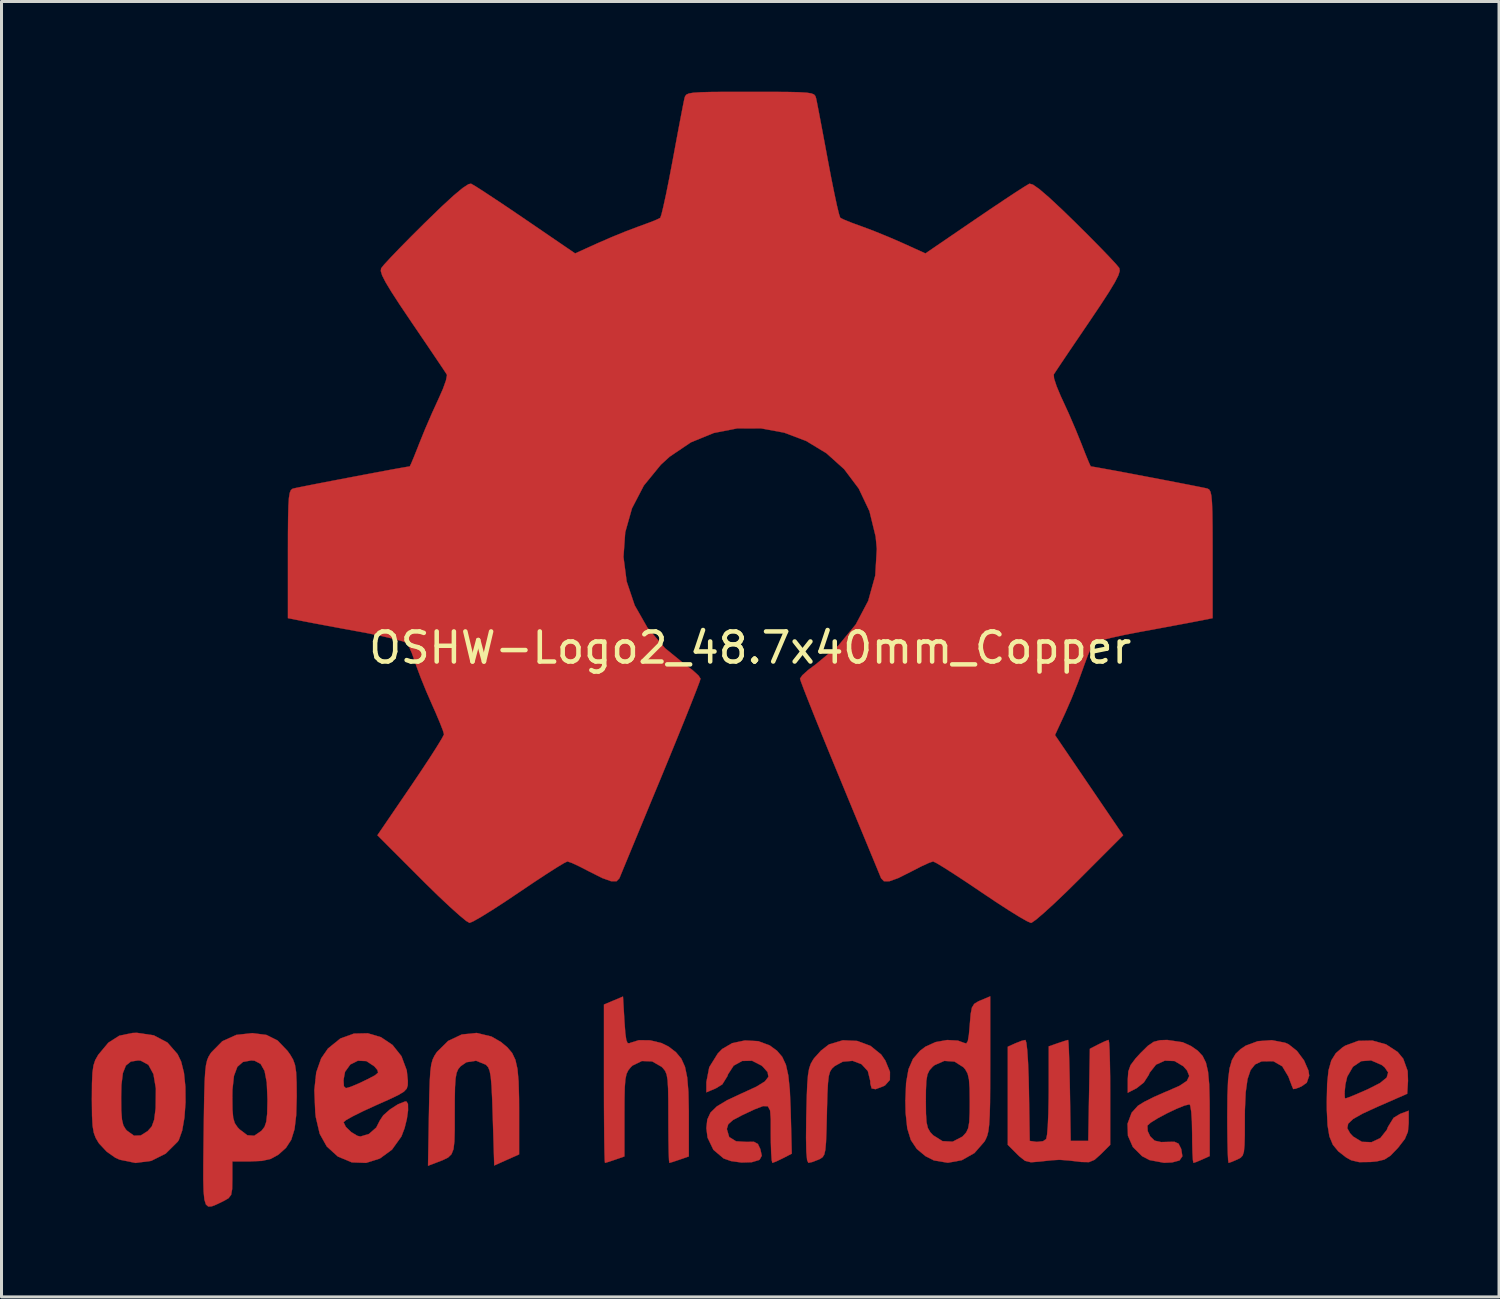
<source format=kicad_pcb>
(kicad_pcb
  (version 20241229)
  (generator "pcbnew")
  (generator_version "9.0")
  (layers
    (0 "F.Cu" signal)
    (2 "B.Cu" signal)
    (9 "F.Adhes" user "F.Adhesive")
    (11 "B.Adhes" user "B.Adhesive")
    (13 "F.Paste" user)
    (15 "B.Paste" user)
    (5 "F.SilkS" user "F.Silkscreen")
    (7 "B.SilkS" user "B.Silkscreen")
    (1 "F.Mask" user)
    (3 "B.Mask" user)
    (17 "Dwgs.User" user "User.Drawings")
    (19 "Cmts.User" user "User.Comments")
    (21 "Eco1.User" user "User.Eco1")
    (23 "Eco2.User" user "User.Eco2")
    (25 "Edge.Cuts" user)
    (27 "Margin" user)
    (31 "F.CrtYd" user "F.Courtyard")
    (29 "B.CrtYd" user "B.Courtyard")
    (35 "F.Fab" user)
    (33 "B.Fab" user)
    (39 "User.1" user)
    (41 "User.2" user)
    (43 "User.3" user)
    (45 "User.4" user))
  (footprint "OSHW-Logo2_48.7x40mm_Copper"
    (layer "F.Cu")
    (at 21.902 18.495)
    (property "Reference" "OSHW-Logo2_48.7x40mm_Copper" (at 0 0 0) (layer "F.SilkS") (effects (font (size 1 1) (thickness 0.15))))
    (attr exclude_from_pos_files exclude_from_bom)
    (fp_poly (pts (xy 17.786 13.133) (xy 17.902 13.184) (xy 18.18 13.404) (xy 18.417 13.722) (xy 18.564 14.061) (xy 18.588 14.229) (xy 18.508 14.462) (xy 18.332 14.586) (xy 18.143 14.661) (xy 18.057 14.674) (xy 18.015 14.574) (xy 17.932 14.357) (xy 17.896 14.258) (xy 17.692 13.918) (xy 17.396 13.748) (xy 17.017 13.753) (xy 16.989 13.76) (xy 16.787 13.856) (xy 16.638 14.043) (xy 16.537 14.344) (xy 16.476 14.782) (xy 16.449 15.38) (xy 16.447 15.698) (xy 16.446 16.2) (xy 16.437 16.542) (xy 16.416 16.759) (xy 16.374 16.886) (xy 16.306 16.959) (xy 16.205 17.012) (xy 16.199 17.015) (xy 16.004 17.098) (xy 15.907 17.128) (xy 15.892 17.036) (xy 15.879 16.782) (xy 15.87 16.398) (xy 15.864 15.918) (xy 15.863 15.566) (xy 15.869 14.885) (xy 15.891 14.369) (xy 15.939 13.987) (xy 16.019 13.709) (xy 16.139 13.504) (xy 16.309 13.343) (xy 16.476 13.231) (xy 16.878 13.082) (xy 17.345 13.048) (xy 17.786 13.133)) (stroke (width 0.01) (type solid)) (fill yes) (layer "F.Cu"))
    (fp_poly (pts (xy -8.609 12.926) (xy -8.296 13.106) (xy -8.079 13.286) (xy -7.92 13.474) (xy -7.811 13.703) (xy -7.742 14.008) (xy -7.705 14.422) (xy -7.69 14.977) (xy -7.688 15.376) (xy -7.688 16.846) (xy -8.102 17.031) (xy -8.515 17.216) (xy -8.564 15.607) (xy -8.584 15.006) (xy -8.605 14.57) (xy -8.631 14.268) (xy -8.667 14.072) (xy -8.715 13.951) (xy -8.781 13.876) (xy -8.802 13.86) (xy -9.12 13.732) (xy -9.443 13.783) (xy -9.634 13.916) (xy -9.713 14.011) (xy -9.767 14.136) (xy -9.801 14.324) (xy -9.82 14.611) (xy -9.828 15.032) (xy -9.829 15.47) (xy -9.829 16.02) (xy -9.839 16.409) (xy -9.87 16.672) (xy -9.937 16.841) (xy -10.051 16.952) (xy -10.227 17.038) (xy -10.461 17.128) (xy -10.717 17.225) (xy -10.687 15.498) (xy -10.675 14.875) (xy -10.66 14.415) (xy -10.64 14.085) (xy -10.609 13.854) (xy -10.563 13.689) (xy -10.499 13.558) (xy -10.422 13.442) (xy -10.049 13.073) (xy -9.595 12.859) (xy -9.101 12.808) (xy -8.609 12.926)) (stroke (width 0.01) (type solid)) (fill yes) (layer "F.Cu"))
    (fp_poly (pts (xy 3.553 13.073) (xy 3.995 13.236) (xy 4.353 13.525) (xy 4.493 13.728) (xy 4.646 14.101) (xy 4.643 14.37) (xy 4.483 14.551) (xy 4.423 14.582) (xy 4.167 14.678) (xy 4.037 14.654) (xy 3.992 14.492) (xy 3.99 14.403) (xy 3.909 14.075) (xy 3.698 13.846) (xy 3.404 13.735) (xy 3.076 13.763) (xy 2.809 13.908) (xy 2.719 13.99) (xy 2.655 14.09) (xy 2.611 14.242) (xy 2.584 14.478) (xy 2.565 14.833) (xy 2.551 15.34) (xy 2.548 15.501) (xy 2.534 16.05) (xy 2.519 16.437) (xy 2.497 16.693) (xy 2.461 16.85) (xy 2.406 16.939) (xy 2.326 16.994) (xy 2.275 17.018) (xy 2.059 17.101) (xy 1.932 17.128) (xy 1.89 17.037) (xy 1.864 16.762) (xy 1.855 16.3) (xy 1.861 15.647) (xy 1.863 15.547) (xy 1.878 14.951) (xy 1.895 14.516) (xy 1.92 14.208) (xy 1.957 13.993) (xy 2.01 13.836) (xy 2.085 13.704) (xy 2.124 13.647) (xy 2.349 13.397) (xy 2.6 13.202) (xy 2.63 13.185) (xy 3.08 13.051) (xy 3.553 13.073)) (stroke (width 0.01) (type solid)) (fill yes) (layer "F.Cu"))
    (fp_poly (pts (xy 11.934 13.133) (xy 11.949 13.389) (xy 11.96 13.778) (xy 11.968 14.269) (xy 11.97 14.785) (xy 11.97 16.529) (xy 11.662 16.837) (xy 11.45 17.027) (xy 11.264 17.104) (xy 11.009 17.099) (xy 10.908 17.086) (xy 10.592 17.05) (xy 10.331 17.03) (xy 10.267 17.028) (xy 10.052 17.04) (xy 9.745 17.072) (xy 9.626 17.086) (xy 9.334 17.109) (xy 9.137 17.06) (xy 8.942 16.906) (xy 8.872 16.837) (xy 8.564 16.529) (xy 8.564 13.266) (xy 8.812 13.154) (xy 9.025 13.07) (xy 9.15 13.041) (xy 9.182 13.133) (xy 9.212 13.392) (xy 9.238 13.788) (xy 9.258 14.293) (xy 9.267 14.719) (xy 9.294 16.398) (xy 9.526 16.431) (xy 9.737 16.408) (xy 9.841 16.334) (xy 9.87 16.195) (xy 9.895 15.898) (xy 9.913 15.483) (xy 9.923 14.985) (xy 9.925 14.729) (xy 9.926 13.254) (xy 10.233 13.147) (xy 10.45 13.075) (xy 10.568 13.041) (xy 10.571 13.041) (xy 10.583 13.133) (xy 10.596 13.388) (xy 10.609 13.775) (xy 10.621 14.263) (xy 10.63 14.719) (xy 10.656 16.398) (xy 11.24 16.398) (xy 11.267 14.867) (xy 11.294 13.335) (xy 11.578 13.188) (xy 11.789 13.087) (xy 11.913 13.041) (xy 11.917 13.041) (xy 11.934 13.133)) (stroke (width 0.01) (type solid)) (fill yes) (layer "F.Cu"))
    (fp_poly (pts (xy -4.185 12.413) (xy -4.156 12.811) (xy -4.123 13.045) (xy -4.078 13.147) (xy -4.012 13.149) (xy -3.99 13.136) (xy -3.704 13.048) (xy -3.331 13.053) (xy -2.952 13.144) (xy -2.715 13.262) (xy -2.472 13.449) (xy -2.294 13.662) (xy -2.172 13.932) (xy -2.097 14.292) (xy -2.057 14.775) (xy -2.044 15.414) (xy -2.044 15.537) (xy -2.044 16.914) (xy -2.35 17.021) (xy -2.568 17.094) (xy -2.687 17.128) (xy -2.691 17.128) (xy -2.703 17.036) (xy -2.713 16.783) (xy -2.72 16.402) (xy -2.724 15.926) (xy -2.725 15.637) (xy -2.726 15.066) (xy -2.733 14.657) (xy -2.75 14.377) (xy -2.781 14.192) (xy -2.831 14.07) (xy -2.905 13.978) (xy -2.95 13.933) (xy -3.264 13.754) (xy -3.605 13.741) (xy -3.916 13.892) (xy -3.973 13.947) (xy -4.057 14.05) (xy -4.116 14.172) (xy -4.153 14.348) (xy -4.174 14.614) (xy -4.183 15.005) (xy -4.185 15.543) (xy -4.185 16.914) (xy -4.491 17.021) (xy -4.709 17.094) (xy -4.828 17.128) (xy -4.832 17.128) (xy -4.841 17.035) (xy -4.849 16.772) (xy -4.856 16.365) (xy -4.861 15.838) (xy -4.865 15.217) (xy -4.866 14.526) (xy -4.866 14.496) (xy -4.866 11.863) (xy -4.55 11.73) (xy -4.233 11.597) (xy -4.185 12.413)) (stroke (width 0.01) (type solid)) (fill yes) (layer "F.Cu"))
    (fp_poly (pts (xy -19.839 12.887) (xy -19.383 13.127) (xy -19.046 13.513) (xy -18.927 13.761) (xy -18.834 14.133) (xy -18.786 14.604) (xy -18.782 15.118) (xy -18.818 15.62) (xy -18.893 16.054) (xy -19.004 16.366) (xy -19.038 16.42) (xy -19.442 16.821) (xy -19.922 17.061) (xy -20.443 17.131) (xy -20.97 17.023) (xy -21.116 16.958) (xy -21.401 16.757) (xy -21.652 16.49) (xy -21.676 16.457) (xy -21.772 16.294) (xy -21.835 16.12) (xy -21.873 15.891) (xy -21.891 15.563) (xy -21.896 15.092) (xy -21.897 14.987) (xy -21.896 14.953) (xy -20.923 14.953) (xy -20.918 15.398) (xy -20.895 15.692) (xy -20.849 15.883) (xy -20.769 16.014) (xy -20.729 16.057) (xy -20.496 16.224) (xy -20.27 16.216) (xy -20.041 16.072) (xy -19.905 15.918) (xy -19.824 15.693) (xy -19.779 15.338) (xy -19.776 15.297) (xy -19.768 14.654) (xy -19.849 14.176) (xy -20.017 13.867) (xy -20.272 13.729) (xy -20.363 13.722) (xy -20.602 13.76) (xy -20.765 13.891) (xy -20.865 14.141) (xy -20.914 14.537) (xy -20.923 14.953) (xy -21.896 14.953) (xy -21.893 14.486) (xy -21.878 14.135) (xy -21.844 13.892) (xy -21.786 13.714) (xy -21.697 13.556) (xy -21.678 13.526) (xy -21.347 13.13) (xy -20.986 12.9) (xy -20.547 12.809) (xy -20.398 12.804) (xy -19.839 12.887)) (stroke (width 0.01) (type solid)) (fill yes) (layer "F.Cu"))
    (fp_poly (pts (xy 21.145 13.188) (xy 21.53 13.44) (xy 21.716 13.665) (xy 21.863 14.074) (xy 21.874 14.398) (xy 21.848 14.83) (xy 20.85 15.267) (xy 20.365 15.49) (xy 20.048 15.669) (xy 19.884 15.825) (xy 19.855 15.976) (xy 19.947 16.142) (xy 20.048 16.252) (xy 20.341 16.429) (xy 20.661 16.441) (xy 20.954 16.303) (xy 21.17 16.03) (xy 21.208 15.933) (xy 21.393 15.632) (xy 21.605 15.503) (xy 21.897 15.393) (xy 21.897 15.81) (xy 21.871 16.094) (xy 21.77 16.333) (xy 21.558 16.608) (xy 21.527 16.644) (xy 21.292 16.888) (xy 21.089 17.019) (xy 20.837 17.079) (xy 20.627 17.099) (xy 20.252 17.104) (xy 19.985 17.042) (xy 19.818 16.949) (xy 19.556 16.745) (xy 19.375 16.525) (xy 19.26 16.248) (xy 19.198 15.874) (xy 19.174 15.363) (xy 19.172 15.104) (xy 19.179 14.793) (xy 19.766 14.793) (xy 19.773 14.96) (xy 19.79 14.987) (xy 19.902 14.95) (xy 20.143 14.852) (xy 20.466 14.712) (xy 20.533 14.682) (xy 20.941 14.475) (xy 21.165 14.293) (xy 21.214 14.122) (xy 21.096 13.95) (xy 20.999 13.873) (xy 20.647 13.721) (xy 20.318 13.746) (xy 20.043 13.932) (xy 19.852 14.263) (xy 19.791 14.525) (xy 19.766 14.793) (xy 19.179 14.793) (xy 19.185 14.498) (xy 19.231 14.05) (xy 19.323 13.723) (xy 19.472 13.483) (xy 19.69 13.293) (xy 19.785 13.231) (xy 20.216 13.071) (xy 20.688 13.061) (xy 21.145 13.188)) (stroke (width 0.01) (type solid)) (fill yes) (layer "F.Cu"))
    (fp_poly (pts (xy 7.98 13.848) (xy 7.978 14.576) (xy 7.974 15.135) (xy 7.963 15.554) (xy 7.945 15.858) (xy 7.918 16.075) (xy 7.879 16.231) (xy 7.826 16.353) (xy 7.786 16.423) (xy 7.455 16.802) (xy 7.035 17.04) (xy 6.571 17.125) (xy 6.106 17.047) (xy 5.829 16.907) (xy 5.538 16.665) (xy 5.34 16.369) (xy 5.221 15.981) (xy 5.166 15.464) (xy 5.158 15.084) (xy 5.159 15.057) (xy 5.839 15.057) (xy 5.843 15.492) (xy 5.862 15.78) (xy 5.906 15.969) (xy 5.984 16.105) (xy 6.078 16.208) (xy 6.392 16.406) (xy 6.73 16.423) (xy 7.049 16.258) (xy 7.074 16.235) (xy 7.18 16.118) (xy 7.246 15.979) (xy 7.282 15.773) (xy 7.297 15.452) (xy 7.299 15.098) (xy 7.294 14.653) (xy 7.273 14.356) (xy 7.228 14.161) (xy 7.151 14.021) (xy 7.087 13.947) (xy 6.792 13.76) (xy 6.452 13.737) (xy 6.127 13.88) (xy 6.064 13.933) (xy 5.958 14.051) (xy 5.891 14.192) (xy 5.855 14.401) (xy 5.841 14.725) (xy 5.839 15.057) (xy 5.159 15.057) (xy 5.182 14.473) (xy 5.262 14.014) (xy 5.412 13.669) (xy 5.646 13.4) (xy 5.829 13.262) (xy 6.161 13.112) (xy 6.546 13.043) (xy 6.904 13.062) (xy 7.104 13.136) (xy 7.183 13.158) (xy 7.235 13.078) (xy 7.271 12.866) (xy 7.299 12.542) (xy 7.329 12.182) (xy 7.371 11.965) (xy 7.447 11.841) (xy 7.58 11.759) (xy 7.664 11.723) (xy 7.98 11.59) (xy 7.98 13.848)) (stroke (width 0.01) (type solid)) (fill yes) (layer "F.Cu"))
    (fp_poly (pts (xy -12.281 12.949) (xy -11.898 13.207) (xy -11.601 13.58) (xy -11.424 14.054) (xy -11.388 14.403) (xy -11.392 14.549) (xy -11.426 14.661) (xy -11.52 14.761) (xy -11.703 14.871) (xy -12.005 15.016) (xy -12.454 15.216) (xy -12.457 15.217) (xy -12.871 15.407) (xy -13.21 15.575) (xy -13.441 15.704) (xy -13.527 15.776) (xy -13.527 15.776) (xy -13.451 15.932) (xy -13.273 16.104) (xy -13.069 16.228) (xy -12.965 16.252) (xy -12.682 16.167) (xy -12.439 15.954) (xy -12.32 15.72) (xy -12.206 15.548) (xy -11.982 15.351) (xy -11.719 15.182) (xy -11.487 15.089) (xy -11.439 15.084) (xy -11.384 15.168) (xy -11.381 15.381) (xy -11.421 15.669) (xy -11.497 15.975) (xy -11.6 16.245) (xy -11.605 16.255) (xy -11.916 16.689) (xy -12.319 16.984) (xy -12.777 17.129) (xy -13.251 17.112) (xy -13.706 16.922) (xy -13.727 16.909) (xy -14.084 16.584) (xy -14.32 16.161) (xy -14.45 15.605) (xy -14.467 15.449) (xy -14.498 14.711) (xy -14.461 14.367) (xy -13.527 14.367) (xy -13.515 14.582) (xy -13.449 14.644) (xy -13.283 14.597) (xy -13.022 14.487) (xy -12.731 14.348) (xy -12.724 14.344) (xy -12.477 14.214) (xy -12.377 14.127) (xy -12.402 14.037) (xy -12.505 13.917) (xy -12.767 13.744) (xy -13.049 13.731) (xy -13.302 13.857) (xy -13.477 14.1) (xy -13.527 14.367) (xy -14.461 14.367) (xy -14.435 14.121) (xy -14.271 13.653) (xy -14.044 13.325) (xy -13.634 12.993) (xy -13.182 12.829) (xy -12.72 12.819) (xy -12.281 12.949)) (stroke (width 0.01) (type solid)) (fill yes) (layer "F.Cu"))
    (fp_poly (pts (xy 0.266 13.081) (xy 0.648 13.223) (xy 0.652 13.226) (xy 0.888 13.399) (xy 1.062 13.602) (xy 1.185 13.866) (xy 1.265 14.224) (xy 1.315 14.708) (xy 1.343 15.351) (xy 1.345 15.442) (xy 1.38 16.822) (xy 1.084 16.975) (xy 0.87 17.078) (xy 0.741 17.127) (xy 0.735 17.128) (xy 0.712 17.038) (xy 0.695 16.793) (xy 0.684 16.437) (xy 0.681 16.148) (xy 0.681 15.681) (xy 0.66 15.387) (xy 0.585 15.247) (xy 0.426 15.24) (xy 0.149 15.346) (xy -0.268 15.541) (xy -0.574 15.703) (xy -0.732 15.843) (xy -0.778 15.996) (xy -0.779 16.004) (xy -0.702 16.268) (xy -0.475 16.41) (xy -0.129 16.431) (xy 0.121 16.427) (xy 0.253 16.499) (xy 0.335 16.672) (xy 0.382 16.892) (xy 0.314 17.017) (xy 0.288 17.035) (xy 0.047 17.107) (xy -0.291 17.117) (xy -0.639 17.069) (xy -0.886 16.982) (xy -1.227 16.693) (xy -1.421 16.289) (xy -1.46 15.974) (xy -1.43 15.69) (xy -1.324 15.458) (xy -1.114 15.252) (xy -0.773 15.046) (xy -0.274 14.813) (xy -0.243 14.8) (xy 0.207 14.592) (xy 0.484 14.421) (xy 0.603 14.268) (xy 0.577 14.112) (xy 0.42 13.933) (xy 0.373 13.892) (xy 0.058 13.732) (xy -0.269 13.739) (xy -0.553 13.896) (xy -0.742 14.186) (xy -0.759 14.242) (xy -0.93 14.518) (xy -1.147 14.651) (xy -1.46 14.783) (xy -1.46 14.442) (xy -1.364 13.947) (xy -1.082 13.493) (xy -0.935 13.341) (xy -0.6 13.146) (xy -0.175 13.057) (xy 0.266 13.081)) (stroke (width 0.01) (type solid)) (fill yes) (layer "F.Cu"))
    (fp_poly (pts (xy -16.094 12.873) (xy -15.722 13.058) (xy -15.394 13.4) (xy -15.303 13.526) (xy -15.205 13.692) (xy -15.141 13.871) (xy -15.104 14.111) (xy -15.088 14.457) (xy -15.084 14.914) (xy -15.101 15.539) (xy -15.157 16.009) (xy -15.266 16.36) (xy -15.439 16.627) (xy -15.686 16.849) (xy -15.705 16.862) (xy -15.949 16.997) (xy -16.243 17.063) (xy -16.617 17.079) (xy -17.225 17.079) (xy -17.225 17.67) (xy -17.231 17.998) (xy -17.265 18.191) (xy -17.355 18.307) (xy -17.528 18.404) (xy -17.569 18.424) (xy -17.763 18.517) (xy -17.913 18.576) (xy -18.025 18.581) (xy -18.103 18.513) (xy -18.154 18.352) (xy -18.181 18.079) (xy -18.192 17.676) (xy -18.19 17.121) (xy -18.182 16.396) (xy -18.179 16.179) (xy -18.169 15.432) (xy -18.161 14.943) (xy -17.225 14.943) (xy -17.22 15.358) (xy -17.197 15.629) (xy -17.144 15.808) (xy -17.05 15.946) (xy -16.986 16.013) (xy -16.726 16.21) (xy -16.496 16.226) (xy -16.258 16.063) (xy -16.252 16.057) (xy -16.155 15.932) (xy -16.097 15.762) (xy -16.067 15.499) (xy -16.058 15.098) (xy -16.057 15.009) (xy -16.08 14.455) (xy -16.153 14.072) (xy -16.284 13.838) (xy -16.483 13.732) (xy -16.598 13.722) (xy -16.871 13.772) (xy -17.059 13.935) (xy -17.171 14.235) (xy -17.221 14.691) (xy -17.225 14.943) (xy -18.161 14.943) (xy -18.159 14.853) (xy -18.146 14.418) (xy -18.127 14.1) (xy -18.101 13.875) (xy -18.064 13.715) (xy -18.015 13.596) (xy -17.951 13.492) (xy -17.923 13.453) (xy -17.558 13.083) (xy -17.095 12.873) (xy -16.561 12.814) (xy -16.094 12.873)) (stroke (width 0.01) (type solid)) (fill yes) (layer "F.Cu"))
    (fp_poly (pts (xy 14.381 13.117) (xy 14.662 13.245) (xy 14.882 13.399) (xy 15.043 13.572) (xy 15.154 13.795) (xy 15.224 14.099) (xy 15.262 14.518) (xy 15.277 15.082) (xy 15.279 15.453) (xy 15.279 16.902) (xy 15.031 17.015) (xy 14.836 17.098) (xy 14.739 17.128) (xy 14.721 17.038) (xy 14.706 16.794) (xy 14.697 16.438) (xy 14.695 16.155) (xy 14.687 15.746) (xy 14.665 15.422) (xy 14.632 15.224) (xy 14.607 15.182) (xy 14.434 15.225) (xy 14.164 15.335) (xy 13.85 15.485) (xy 13.55 15.646) (xy 13.317 15.79) (xy 13.209 15.889) (xy 13.208 15.89) (xy 13.218 16.073) (xy 13.301 16.248) (xy 13.448 16.39) (xy 13.663 16.437) (xy 13.846 16.432) (xy 14.106 16.427) (xy 14.242 16.488) (xy 14.324 16.649) (xy 14.335 16.679) (xy 14.37 16.909) (xy 14.275 17.048) (xy 14.028 17.114) (xy 13.761 17.126) (xy 13.28 17.036) (xy 13.031 16.906) (xy 12.723 16.6) (xy 12.56 16.226) (xy 12.546 15.83) (xy 12.683 15.461) (xy 12.891 15.23) (xy 13.098 15.101) (xy 13.423 14.937) (xy 13.802 14.771) (xy 13.865 14.746) (xy 14.282 14.562) (xy 14.522 14.4) (xy 14.599 14.239) (xy 14.527 14.058) (xy 14.403 13.916) (xy 14.11 13.742) (xy 13.788 13.729) (xy 13.493 13.863) (xy 13.281 14.131) (xy 13.253 14.2) (xy 13.09 14.454) (xy 12.853 14.643) (xy 12.554 14.797) (xy 12.554 14.359) (xy 12.572 14.091) (xy 12.647 13.879) (xy 12.815 13.654) (xy 12.975 13.48) (xy 13.225 13.234) (xy 13.419 13.102) (xy 13.628 13.049) (xy 13.864 13.041) (xy 14.381 13.117)) (stroke (width 0.01) (type solid)) (fill yes) (layer "F.Cu"))
    (fp_poly (pts (xy 0.697 -18.49) (xy 1.223 -18.487) (xy 1.604 -18.479) (xy 1.865 -18.464) (xy 2.029 -18.439) (xy 2.121 -18.402) (xy 2.165 -18.35) (xy 2.187 -18.28) (xy 2.19 -18.271) (xy 2.223 -18.11) (xy 2.285 -17.79) (xy 2.369 -17.348) (xy 2.469 -16.815) (xy 2.578 -16.227) (xy 2.582 -16.207) (xy 2.691 -15.631) (xy 2.794 -15.122) (xy 2.882 -14.71) (xy 2.951 -14.427) (xy 2.992 -14.303) (xy 2.994 -14.3) (xy 3.116 -14.24) (xy 3.369 -14.138) (xy 3.696 -14.018) (xy 3.698 -14.018) (xy 4.111 -13.863) (xy 4.597 -13.665) (xy 5.056 -13.466) (xy 5.078 -13.456) (xy 5.825 -13.117) (xy 7.479 -14.247) (xy 7.986 -14.591) (xy 8.446 -14.899) (xy 8.831 -15.153) (xy 9.115 -15.335) (xy 9.272 -15.429) (xy 9.287 -15.436) (xy 9.4 -15.405) (xy 9.613 -15.256) (xy 9.932 -14.983) (xy 10.367 -14.577) (xy 10.811 -14.146) (xy 11.239 -13.721) (xy 11.622 -13.333) (xy 11.937 -13.006) (xy 12.161 -12.765) (xy 12.271 -12.632) (xy 12.275 -12.625) (xy 12.287 -12.534) (xy 12.241 -12.386) (xy 12.126 -12.16) (xy 11.931 -11.836) (xy 11.644 -11.394) (xy 11.261 -10.825) (xy 10.921 -10.324) (xy 10.617 -9.876) (xy 10.367 -9.504) (xy 10.188 -9.237) (xy 10.098 -9.099) (xy 10.092 -9.09) (xy 10.103 -8.958) (xy 10.187 -8.701) (xy 10.326 -8.369) (xy 10.376 -8.262) (xy 10.593 -7.789) (xy 10.824 -7.252) (xy 11.012 -6.788) (xy 11.147 -6.443) (xy 11.255 -6.181) (xy 11.317 -6.044) (xy 11.325 -6.034) (xy 11.439 -6.016) (xy 11.709 -5.968) (xy 12.098 -5.897) (xy 12.57 -5.809) (xy 13.09 -5.71) (xy 13.622 -5.609) (xy 14.13 -5.511) (xy 14.578 -5.424) (xy 14.931 -5.354) (xy 15.152 -5.309) (xy 15.206 -5.296) (xy 15.262 -5.264) (xy 15.304 -5.192) (xy 15.335 -5.055) (xy 15.355 -4.829) (xy 15.368 -4.491) (xy 15.374 -4.014) (xy 15.376 -3.376) (xy 15.376 -3.115) (xy 15.376 -0.987) (xy 14.865 -0.886) (xy 14.581 -0.831) (xy 14.157 -0.752) (xy 13.644 -0.656) (xy 13.095 -0.555) (xy 12.943 -0.527) (xy 12.436 -0.429) (xy 11.995 -0.332) (xy 11.656 -0.246) (xy 11.456 -0.179) (xy 11.423 -0.159) (xy 11.341 -0.018) (xy 11.224 0.255) (xy 11.094 0.606) (xy 11.068 0.681) (xy 10.898 1.15) (xy 10.687 1.679) (xy 10.48 2.154) (xy 10.479 2.156) (xy 10.134 2.901) (xy 11.267 4.568) (xy 12.4 6.234) (xy 10.945 7.691) (xy 10.505 8.125) (xy 10.104 8.507) (xy 9.764 8.817) (xy 9.508 9.036) (xy 9.358 9.141) (xy 9.336 9.148) (xy 9.21 9.095) (xy 8.952 8.948) (xy 8.591 8.725) (xy 8.155 8.442) (xy 7.684 8.126) (xy 7.205 7.803) (xy 6.778 7.523) (xy 6.43 7.301) (xy 6.189 7.156) (xy 6.081 7.104) (xy 5.949 7.148) (xy 5.698 7.263) (xy 5.382 7.425) (xy 5.348 7.443) (xy 4.921 7.657) (xy 4.629 7.762) (xy 4.447 7.763) (xy 4.352 7.665) (xy 4.351 7.664) (xy 4.304 7.548) (xy 4.191 7.274) (xy 4.021 6.863) (xy 3.803 6.335) (xy 3.545 5.712) (xy 3.257 5.016) (xy 2.979 4.341) (xy 2.672 3.597) (xy 2.391 2.908) (xy 2.143 2.295) (xy 1.937 1.778) (xy 1.781 1.38) (xy 1.684 1.121) (xy 1.654 1.025) (xy 1.729 0.914) (xy 1.925 0.737) (xy 2.186 0.542) (xy 2.928 -0.073) (xy 3.509 -0.779) (xy 3.921 -1.56) (xy 4.156 -2.402) (xy 4.208 -3.289) (xy 4.17 -3.698) (xy 3.963 -4.547) (xy 3.607 -5.297) (xy 3.123 -5.941) (xy 2.534 -6.47) (xy 1.862 -6.878) (xy 1.129 -7.156) (xy 0.356 -7.299) (xy -0.433 -7.298) (xy -1.216 -7.145) (xy -1.973 -6.835) (xy -2.68 -6.358) (xy -2.975 -6.089) (xy -3.54 -5.397) (xy -3.934 -4.64) (xy -4.159 -3.842) (xy -4.217 -3.023) (xy -4.111 -2.207) (xy -3.844 -1.414) (xy -3.418 -0.667) (xy -2.836 0.011) (xy -2.186 0.542) (xy -1.915 0.745) (xy -1.723 0.92) (xy -1.654 1.025) (xy -1.69 1.139) (xy -1.793 1.411) (xy -1.954 1.821) (xy -2.164 2.348) (xy -2.416 2.969) (xy -2.7 3.664) (xy -2.979 4.342) (xy -3.288 5.086) (xy -3.573 5.777) (xy -3.827 6.391) (xy -4.041 6.908) (xy -4.206 7.307) (xy -4.313 7.567) (xy -4.352 7.664) (xy -4.446 7.762) (xy -4.627 7.762) (xy -4.919 7.658) (xy -5.345 7.444) (xy -5.348 7.443) (xy -5.669 7.277) (xy -5.928 7.156) (xy -6.074 7.105) (xy -6.081 7.104) (xy -6.191 7.157) (xy -6.434 7.303) (xy -6.782 7.525) (xy -7.21 7.807) (xy -7.684 8.126) (xy -8.166 8.45) (xy -8.601 8.731) (xy -8.96 8.953) (xy -9.215 9.097) (xy -9.336 9.148) (xy -9.449 9.082) (xy -9.674 8.896) (xy -9.99 8.613) (xy -10.375 8.251) (xy -10.805 7.831) (xy -10.946 7.69) (xy -12.401 6.233) (xy -11.293 4.608) (xy -10.957 4.109) (xy -10.661 3.661) (xy -10.424 3.29) (xy -10.261 3.022) (xy -10.188 2.883) (xy -10.186 2.874) (xy -10.224 2.743) (xy -10.327 2.48) (xy -10.476 2.128) (xy -10.581 1.893) (xy -10.777 1.443) (xy -10.962 0.988) (xy -11.105 0.604) (xy -11.144 0.487) (xy -11.255 0.174) (xy -11.363 -0.068) (xy -11.422 -0.159) (xy -11.553 -0.215) (xy -11.839 -0.294) (xy -12.242 -0.388) (xy -12.727 -0.487) (xy -12.943 -0.527) (xy -13.494 -0.628) (xy -14.021 -0.726) (xy -14.475 -0.811) (xy -14.804 -0.874) (xy -14.865 -0.886) (xy -15.376 -0.987) (xy -15.376 -3.115) (xy -15.375 -3.814) (xy -15.37 -4.343) (xy -15.36 -4.727) (xy -15.343 -4.989) (xy -15.316 -5.153) (xy -15.278 -5.245) (xy -15.227 -5.288) (xy -15.206 -5.296) (xy -15.08 -5.324) (xy -14.801 -5.38) (xy -14.405 -5.458) (xy -13.928 -5.55) (xy -13.406 -5.65) (xy -12.874 -5.751) (xy -12.369 -5.846) (xy -11.927 -5.929) (xy -11.582 -5.991) (xy -11.372 -6.027) (xy -11.325 -6.034) (xy -11.283 -6.118) (xy -11.189 -6.341) (xy -11.061 -6.662) (xy -11.012 -6.788) (xy -10.815 -7.274) (xy -10.583 -7.81) (xy -10.376 -8.262) (xy -10.223 -8.608) (xy -10.121 -8.892) (xy -10.087 -9.066) (xy -10.093 -9.09) (xy -10.164 -9.2) (xy -10.328 -9.445) (xy -10.566 -9.798) (xy -10.861 -10.234) (xy -11.196 -10.727) (xy -11.262 -10.824) (xy -11.65 -11.4) (xy -11.935 -11.839) (xy -12.129 -12.161) (xy -12.243 -12.385) (xy -12.288 -12.533) (xy -12.276 -12.624) (xy -12.275 -12.625) (xy -12.179 -12.744) (xy -11.966 -12.975) (xy -11.66 -13.294) (xy -11.283 -13.677) (xy -10.859 -14.099) (xy -10.811 -14.146) (xy -10.277 -14.664) (xy -9.864 -15.044) (xy -9.565 -15.293) (xy -9.372 -15.419) (xy -9.287 -15.436) (xy -9.162 -15.365) (xy -8.904 -15.201) (xy -8.54 -14.961) (xy -8.094 -14.664) (xy -7.595 -14.326) (xy -7.479 -14.247) (xy -5.825 -13.117) (xy -5.078 -13.456) (xy -4.623 -13.654) (xy -4.136 -13.853) (xy -3.717 -14.011) (xy -3.698 -14.018) (xy -3.37 -14.138) (xy -3.117 -14.239) (xy -2.994 -14.3) (xy -2.994 -14.3) (xy -2.955 -14.411) (xy -2.889 -14.682) (xy -2.801 -15.085) (xy -2.7 -15.587) (xy -2.591 -16.159) (xy -2.582 -16.207) (xy -2.473 -16.796) (xy -2.373 -17.331) (xy -2.288 -17.777) (xy -2.225 -18.101) (xy -2.19 -18.269) (xy -2.19 -18.271) (xy -2.168 -18.343) (xy -2.127 -18.397) (xy -2.042 -18.436) (xy -1.887 -18.462) (xy -1.639 -18.478) (xy -1.273 -18.487) (xy -0.764 -18.49) (xy -0.088 -18.49) (xy 0 -18.49) (xy 0.697 -18.49)) (stroke (width 0.01) (type solid)) (fill yes) (layer "F.Cu")))
  (gr_rect
    (start -3 -3)
    (end 46.803 40.081)
    (stroke (width 0.1) (type default))
    (fill no)
    (layer "Edge.Cuts")))
</source>
